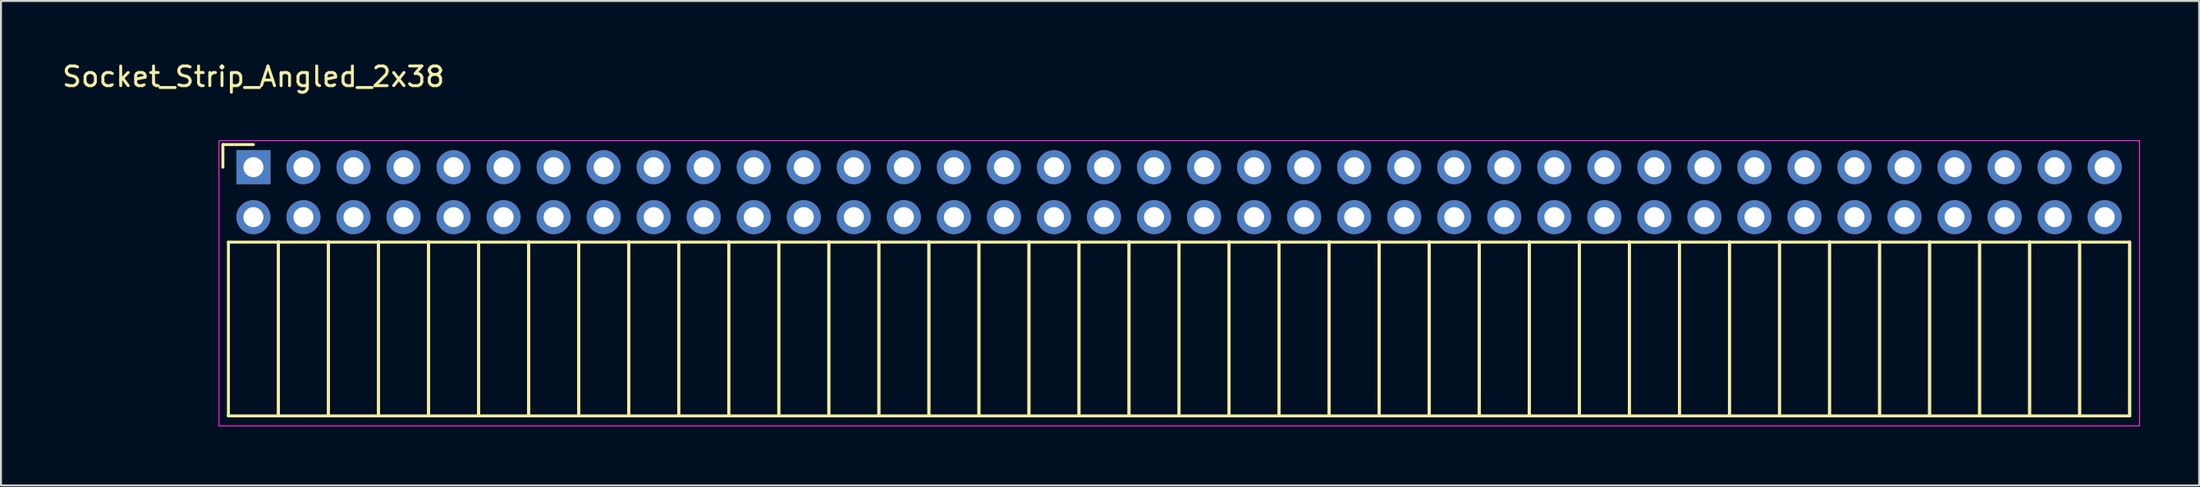
<source format=kicad_pcb>
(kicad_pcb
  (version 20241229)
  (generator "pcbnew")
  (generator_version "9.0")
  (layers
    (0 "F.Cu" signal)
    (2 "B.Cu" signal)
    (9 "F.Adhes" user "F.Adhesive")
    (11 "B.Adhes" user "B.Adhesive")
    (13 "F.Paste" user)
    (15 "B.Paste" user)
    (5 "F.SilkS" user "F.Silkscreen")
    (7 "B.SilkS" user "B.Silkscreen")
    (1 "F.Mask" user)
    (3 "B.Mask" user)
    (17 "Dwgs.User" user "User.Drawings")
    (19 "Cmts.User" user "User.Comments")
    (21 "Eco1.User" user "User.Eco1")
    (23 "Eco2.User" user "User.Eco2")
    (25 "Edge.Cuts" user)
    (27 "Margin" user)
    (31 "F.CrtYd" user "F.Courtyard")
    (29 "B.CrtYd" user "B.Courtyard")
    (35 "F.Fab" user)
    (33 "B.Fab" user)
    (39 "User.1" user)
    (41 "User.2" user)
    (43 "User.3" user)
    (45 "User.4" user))
  (footprint "Socket_Strip_Angled_2x38"
    (layer "F.Cu")
    (at 9.815 5.448)
    (property "Reference" "Socket_Strip_Angled_2x38" (at 0 -4.6 0) (layer "F.SilkS") (effects (font (size 1 1) (thickness 0.15))))
    (attr through_hole)
    (fp_line (start -1.55 -1.15) (end -1.55 0) (stroke (width 0.15) (type solid)) (layer "F.SilkS"))
    (fp_line (start -1.27 3.81) (end -1.27 12.64) (stroke (width 0.15) (type solid)) (layer "F.SilkS"))
    (fp_line (start -1.27 3.81) (end 1.27 3.81) (stroke (width 0.15) (type solid)) (layer "F.SilkS"))
    (fp_line (start -1.27 12.64) (end 1.27 12.64) (stroke (width 0.15) (type solid)) (layer "F.SilkS"))
    (fp_line (start 0 -1.15) (end -1.55 -1.15) (stroke (width 0.15) (type solid)) (layer "F.SilkS"))
    (fp_line (start 1.27 3.81) (end 1.27 12.64) (stroke (width 0.15) (type solid)) (layer "F.SilkS"))
    (fp_line (start 1.27 3.81) (end 3.81 3.81) (stroke (width 0.15) (type solid)) (layer "F.SilkS"))
    (fp_line (start 1.27 12.64) (end 1.27 3.81) (stroke (width 0.15) (type solid)) (layer "F.SilkS"))
    (fp_line (start 1.27 12.64) (end 3.81 12.64) (stroke (width 0.15) (type solid)) (layer "F.SilkS"))
    (fp_line (start 3.81 3.81) (end 3.81 12.64) (stroke (width 0.15) (type solid)) (layer "F.SilkS"))
    (fp_line (start 3.81 3.81) (end 6.35 3.81) (stroke (width 0.15) (type solid)) (layer "F.SilkS"))
    (fp_line (start 3.81 12.64) (end 3.81 3.81) (stroke (width 0.15) (type solid)) (layer "F.SilkS"))
    (fp_line (start 3.81 12.64) (end 6.35 12.64) (stroke (width 0.15) (type solid)) (layer "F.SilkS"))
    (fp_line (start 6.35 3.81) (end 6.35 12.64) (stroke (width 0.15) (type solid)) (layer "F.SilkS"))
    (fp_line (start 6.35 3.81) (end 8.89 3.81) (stroke (width 0.15) (type solid)) (layer "F.SilkS"))
    (fp_line (start 6.35 12.64) (end 6.35 3.81) (stroke (width 0.15) (type solid)) (layer "F.SilkS"))
    (fp_line (start 6.35 12.64) (end 8.89 12.64) (stroke (width 0.15) (type solid)) (layer "F.SilkS"))
    (fp_line (start 8.89 3.81) (end 8.89 12.64) (stroke (width 0.15) (type solid)) (layer "F.SilkS"))
    (fp_line (start 8.89 3.81) (end 11.43 3.81) (stroke (width 0.15) (type solid)) (layer "F.SilkS"))
    (fp_line (start 8.89 12.64) (end 8.89 3.81) (stroke (width 0.15) (type solid)) (layer "F.SilkS"))
    (fp_line (start 8.89 12.64) (end 11.43 12.64) (stroke (width 0.15) (type solid)) (layer "F.SilkS"))
    (fp_line (start 11.43 3.81) (end 11.43 12.64) (stroke (width 0.15) (type solid)) (layer "F.SilkS"))
    (fp_line (start 11.43 3.81) (end 13.97 3.81) (stroke (width 0.15) (type solid)) (layer "F.SilkS"))
    (fp_line (start 11.43 12.64) (end 11.43 3.81) (stroke (width 0.15) (type solid)) (layer "F.SilkS"))
    (fp_line (start 11.43 12.64) (end 13.97 12.64) (stroke (width 0.15) (type solid)) (layer "F.SilkS"))
    (fp_line (start 13.97 3.81) (end 13.97 12.64) (stroke (width 0.15) (type solid)) (layer "F.SilkS"))
    (fp_line (start 13.97 3.81) (end 16.51 3.81) (stroke (width 0.15) (type solid)) (layer "F.SilkS"))
    (fp_line (start 13.97 12.64) (end 13.97 3.81) (stroke (width 0.15) (type solid)) (layer "F.SilkS"))
    (fp_line (start 13.97 12.64) (end 16.51 12.64) (stroke (width 0.15) (type solid)) (layer "F.SilkS"))
    (fp_line (start 16.51 3.81) (end 16.51 12.64) (stroke (width 0.15) (type solid)) (layer "F.SilkS"))
    (fp_line (start 16.51 3.81) (end 19.05 3.81) (stroke (width 0.15) (type solid)) (layer "F.SilkS"))
    (fp_line (start 16.51 12.64) (end 16.51 3.81) (stroke (width 0.15) (type solid)) (layer "F.SilkS"))
    (fp_line (start 16.51 12.64) (end 19.05 12.64) (stroke (width 0.15) (type solid)) (layer "F.SilkS"))
    (fp_line (start 19.05 3.81) (end 19.05 12.64) (stroke (width 0.15) (type solid)) (layer "F.SilkS"))
    (fp_line (start 19.05 3.81) (end 21.59 3.81) (stroke (width 0.15) (type solid)) (layer "F.SilkS"))
    (fp_line (start 19.05 12.64) (end 19.05 3.81) (stroke (width 0.15) (type solid)) (layer "F.SilkS"))
    (fp_line (start 19.05 12.64) (end 21.59 12.64) (stroke (width 0.15) (type solid)) (layer "F.SilkS"))
    (fp_line (start 21.59 3.81) (end 21.59 12.64) (stroke (width 0.15) (type solid)) (layer "F.SilkS"))
    (fp_line (start 21.59 3.81) (end 24.13 3.81) (stroke (width 0.15) (type solid)) (layer "F.SilkS"))
    (fp_line (start 21.59 12.64) (end 21.59 3.81) (stroke (width 0.15) (type solid)) (layer "F.SilkS"))
    (fp_line (start 21.59 12.64) (end 24.13 12.64) (stroke (width 0.15) (type solid)) (layer "F.SilkS"))
    (fp_line (start 24.13 3.81) (end 24.13 12.64) (stroke (width 0.15) (type solid)) (layer "F.SilkS"))
    (fp_line (start 24.13 3.81) (end 26.67 3.81) (stroke (width 0.15) (type solid)) (layer "F.SilkS"))
    (fp_line (start 24.13 12.64) (end 24.13 3.81) (stroke (width 0.15) (type solid)) (layer "F.SilkS"))
    (fp_line (start 24.13 12.64) (end 26.67 12.64) (stroke (width 0.15) (type solid)) (layer "F.SilkS"))
    (fp_line (start 26.67 3.81) (end 26.67 12.64) (stroke (width 0.15) (type solid)) (layer "F.SilkS"))
    (fp_line (start 26.67 3.81) (end 29.21 3.81) (stroke (width 0.15) (type solid)) (layer "F.SilkS"))
    (fp_line (start 26.67 12.64) (end 26.67 3.81) (stroke (width 0.15) (type solid)) (layer "F.SilkS"))
    (fp_line (start 26.67 12.64) (end 29.21 12.64) (stroke (width 0.15) (type solid)) (layer "F.SilkS"))
    (fp_line (start 29.21 3.81) (end 29.21 12.64) (stroke (width 0.15) (type solid)) (layer "F.SilkS"))
    (fp_line (start 29.21 3.81) (end 31.75 3.81) (stroke (width 0.15) (type solid)) (layer "F.SilkS"))
    (fp_line (start 29.21 12.64) (end 29.21 3.81) (stroke (width 0.15) (type solid)) (layer "F.SilkS"))
    (fp_line (start 29.21 12.64) (end 31.75 12.64) (stroke (width 0.15) (type solid)) (layer "F.SilkS"))
    (fp_line (start 31.75 3.81) (end 31.75 12.64) (stroke (width 0.15) (type solid)) (layer "F.SilkS"))
    (fp_line (start 31.75 3.81) (end 34.29 3.81) (stroke (width 0.15) (type solid)) (layer "F.SilkS"))
    (fp_line (start 31.75 12.64) (end 31.75 3.81) (stroke (width 0.15) (type solid)) (layer "F.SilkS"))
    (fp_line (start 31.75 12.64) (end 34.29 12.64) (stroke (width 0.15) (type solid)) (layer "F.SilkS"))
    (fp_line (start 34.29 3.81) (end 34.29 12.64) (stroke (width 0.15) (type solid)) (layer "F.SilkS"))
    (fp_line (start 34.29 3.81) (end 36.83 3.81) (stroke (width 0.15) (type solid)) (layer "F.SilkS"))
    (fp_line (start 34.29 12.64) (end 34.29 3.81) (stroke (width 0.15) (type solid)) (layer "F.SilkS"))
    (fp_line (start 34.29 12.64) (end 36.83 12.64) (stroke (width 0.15) (type solid)) (layer "F.SilkS"))
    (fp_line (start 36.83 3.81) (end 36.83 12.64) (stroke (width 0.15) (type solid)) (layer "F.SilkS"))
    (fp_line (start 36.83 3.81) (end 39.37 3.81) (stroke (width 0.15) (type solid)) (layer "F.SilkS"))
    (fp_line (start 36.83 12.64) (end 36.83 3.81) (stroke (width 0.15) (type solid)) (layer "F.SilkS"))
    (fp_line (start 36.83 12.64) (end 39.37 12.64) (stroke (width 0.15) (type solid)) (layer "F.SilkS"))
    (fp_line (start 39.37 3.81) (end 39.37 12.64) (stroke (width 0.15) (type solid)) (layer "F.SilkS"))
    (fp_line (start 39.37 3.81) (end 41.91 3.81) (stroke (width 0.15) (type solid)) (layer "F.SilkS"))
    (fp_line (start 39.37 12.64) (end 39.37 3.81) (stroke (width 0.15) (type solid)) (layer "F.SilkS"))
    (fp_line (start 39.37 12.64) (end 41.91 12.64) (stroke (width 0.15) (type solid)) (layer "F.SilkS"))
    (fp_line (start 41.91 3.81) (end 41.91 12.64) (stroke (width 0.15) (type solid)) (layer "F.SilkS"))
    (fp_line (start 41.91 3.81) (end 44.45 3.81) (stroke (width 0.15) (type solid)) (layer "F.SilkS"))
    (fp_line (start 41.91 12.64) (end 41.91 3.81) (stroke (width 0.15) (type solid)) (layer "F.SilkS"))
    (fp_line (start 41.91 12.64) (end 44.45 12.64) (stroke (width 0.15) (type solid)) (layer "F.SilkS"))
    (fp_line (start 44.45 3.81) (end 44.45 12.64) (stroke (width 0.15) (type solid)) (layer "F.SilkS"))
    (fp_line (start 44.45 3.81) (end 46.99 3.81) (stroke (width 0.15) (type solid)) (layer "F.SilkS"))
    (fp_line (start 44.45 12.64) (end 44.45 3.81) (stroke (width 0.15) (type solid)) (layer "F.SilkS"))
    (fp_line (start 44.45 12.64) (end 46.99 12.64) (stroke (width 0.15) (type solid)) (layer "F.SilkS"))
    (fp_line (start 46.99 3.81) (end 46.99 12.64) (stroke (width 0.15) (type solid)) (layer "F.SilkS"))
    (fp_line (start 46.99 3.81) (end 49.53 3.81) (stroke (width 0.15) (type solid)) (layer "F.SilkS"))
    (fp_line (start 46.99 12.64) (end 46.99 3.81) (stroke (width 0.15) (type solid)) (layer "F.SilkS"))
    (fp_line (start 46.99 12.64) (end 49.53 12.64) (stroke (width 0.15) (type solid)) (layer "F.SilkS"))
    (fp_line (start 49.53 3.81) (end 49.53 12.64) (stroke (width 0.15) (type solid)) (layer "F.SilkS"))
    (fp_line (start 49.53 3.81) (end 52.07 3.81) (stroke (width 0.15) (type solid)) (layer "F.SilkS"))
    (fp_line (start 49.53 12.64) (end 49.53 3.81) (stroke (width 0.15) (type solid)) (layer "F.SilkS"))
    (fp_line (start 49.53 12.64) (end 52.07 12.64) (stroke (width 0.15) (type solid)) (layer "F.SilkS"))
    (fp_line (start 52.07 3.81) (end 52.07 12.64) (stroke (width 0.15) (type solid)) (layer "F.SilkS"))
    (fp_line (start 52.07 3.81) (end 54.61 3.81) (stroke (width 0.15) (type solid)) (layer "F.SilkS"))
    (fp_line (start 52.07 12.64) (end 52.07 3.81) (stroke (width 0.15) (type solid)) (layer "F.SilkS"))
    (fp_line (start 52.07 12.64) (end 54.61 12.64) (stroke (width 0.15) (type solid)) (layer "F.SilkS"))
    (fp_line (start 54.61 3.81) (end 54.61 12.64) (stroke (width 0.15) (type solid)) (layer "F.SilkS"))
    (fp_line (start 54.61 3.81) (end 57.15 3.81) (stroke (width 0.15) (type solid)) (layer "F.SilkS"))
    (fp_line (start 54.61 12.64) (end 54.61 3.81) (stroke (width 0.15) (type solid)) (layer "F.SilkS"))
    (fp_line (start 54.61 12.64) (end 57.15 12.64) (stroke (width 0.15) (type solid)) (layer "F.SilkS"))
    (fp_line (start 57.15 3.81) (end 57.15 12.64) (stroke (width 0.15) (type solid)) (layer "F.SilkS"))
    (fp_line (start 57.15 3.81) (end 59.69 3.81) (stroke (width 0.15) (type solid)) (layer "F.SilkS"))
    (fp_line (start 57.15 12.64) (end 57.15 3.81) (stroke (width 0.15) (type solid)) (layer "F.SilkS"))
    (fp_line (start 57.15 12.64) (end 59.69 12.64) (stroke (width 0.15) (type solid)) (layer "F.SilkS"))
    (fp_line (start 59.69 3.81) (end 59.69 12.64) (stroke (width 0.15) (type solid)) (layer "F.SilkS"))
    (fp_line (start 59.69 3.81) (end 62.23 3.81) (stroke (width 0.15) (type solid)) (layer "F.SilkS"))
    (fp_line (start 59.69 12.64) (end 59.69 3.81) (stroke (width 0.15) (type solid)) (layer "F.SilkS"))
    (fp_line (start 59.69 12.64) (end 62.23 12.64) (stroke (width 0.15) (type solid)) (layer "F.SilkS"))
    (fp_line (start 62.23 3.81) (end 62.23 12.64) (stroke (width 0.15) (type solid)) (layer "F.SilkS"))
    (fp_line (start 62.23 3.81) (end 64.77 3.81) (stroke (width 0.15) (type solid)) (layer "F.SilkS"))
    (fp_line (start 62.23 12.64) (end 62.23 3.81) (stroke (width 0.15) (type solid)) (layer "F.SilkS"))
    (fp_line (start 62.23 12.64) (end 64.77 12.64) (stroke (width 0.15) (type solid)) (layer "F.SilkS"))
    (fp_line (start 64.77 3.81) (end 64.77 12.64) (stroke (width 0.15) (type solid)) (layer "F.SilkS"))
    (fp_line (start 64.77 3.81) (end 67.31 3.81) (stroke (width 0.15) (type solid)) (layer "F.SilkS"))
    (fp_line (start 64.77 12.64) (end 64.77 3.81) (stroke (width 0.15) (type solid)) (layer "F.SilkS"))
    (fp_line (start 64.77 12.64) (end 67.31 12.64) (stroke (width 0.15) (type solid)) (layer "F.SilkS"))
    (fp_line (start 67.31 3.81) (end 67.31 12.64) (stroke (width 0.15) (type solid)) (layer "F.SilkS"))
    (fp_line (start 67.31 3.81) (end 69.85 3.81) (stroke (width 0.15) (type solid)) (layer "F.SilkS"))
    (fp_line (start 67.31 12.64) (end 67.31 3.81) (stroke (width 0.15) (type solid)) (layer "F.SilkS"))
    (fp_line (start 67.31 12.64) (end 69.85 12.64) (stroke (width 0.15) (type solid)) (layer "F.SilkS"))
    (fp_line (start 69.85 3.81) (end 69.85 12.64) (stroke (width 0.15) (type solid)) (layer "F.SilkS"))
    (fp_line (start 69.85 3.81) (end 72.39 3.81) (stroke (width 0.15) (type solid)) (layer "F.SilkS"))
    (fp_line (start 69.85 12.64) (end 69.85 3.81) (stroke (width 0.15) (type solid)) (layer "F.SilkS"))
    (fp_line (start 69.85 12.64) (end 72.39 12.64) (stroke (width 0.15) (type solid)) (layer "F.SilkS"))
    (fp_line (start 72.39 3.81) (end 72.39 12.64) (stroke (width 0.15) (type solid)) (layer "F.SilkS"))
    (fp_line (start 72.39 3.81) (end 74.93 3.81) (stroke (width 0.15) (type solid)) (layer "F.SilkS"))
    (fp_line (start 72.39 12.64) (end 72.39 3.81) (stroke (width 0.15) (type solid)) (layer "F.SilkS"))
    (fp_line (start 72.39 12.64) (end 74.93 12.64) (stroke (width 0.15) (type solid)) (layer "F.SilkS"))
    (fp_line (start 74.93 3.81) (end 74.93 12.64) (stroke (width 0.15) (type solid)) (layer "F.SilkS"))
    (fp_line (start 74.93 3.81) (end 77.47 3.81) (stroke (width 0.15) (type solid)) (layer "F.SilkS"))
    (fp_line (start 74.93 12.64) (end 74.93 3.81) (stroke (width 0.15) (type solid)) (layer "F.SilkS"))
    (fp_line (start 74.93 12.64) (end 77.47 12.64) (stroke (width 0.15) (type solid)) (layer "F.SilkS"))
    (fp_line (start 77.47 3.81) (end 77.47 12.64) (stroke (width 0.15) (type solid)) (layer "F.SilkS"))
    (fp_line (start 77.47 3.81) (end 80.01 3.81) (stroke (width 0.15) (type solid)) (layer "F.SilkS"))
    (fp_line (start 77.47 12.64) (end 77.47 3.81) (stroke (width 0.15) (type solid)) (layer "F.SilkS"))
    (fp_line (start 77.47 12.64) (end 80.01 12.64) (stroke (width 0.15) (type solid)) (layer "F.SilkS"))
    (fp_line (start 80.01 3.81) (end 80.01 12.64) (stroke (width 0.15) (type solid)) (layer "F.SilkS"))
    (fp_line (start 80.01 3.81) (end 82.55 3.81) (stroke (width 0.15) (type solid)) (layer "F.SilkS"))
    (fp_line (start 80.01 12.64) (end 80.01 3.81) (stroke (width 0.15) (type solid)) (layer "F.SilkS"))
    (fp_line (start 80.01 12.64) (end 82.55 12.64) (stroke (width 0.15) (type solid)) (layer "F.SilkS"))
    (fp_line (start 82.55 3.81) (end 82.55 12.64) (stroke (width 0.15) (type solid)) (layer "F.SilkS"))
    (fp_line (start 82.55 3.81) (end 85.09 3.81) (stroke (width 0.15) (type solid)) (layer "F.SilkS"))
    (fp_line (start 82.55 12.64) (end 82.55 3.81) (stroke (width 0.15) (type solid)) (layer "F.SilkS"))
    (fp_line (start 82.55 12.64) (end 85.09 12.64) (stroke (width 0.15) (type solid)) (layer "F.SilkS"))
    (fp_line (start 85.09 3.81) (end 85.09 12.64) (stroke (width 0.15) (type solid)) (layer "F.SilkS"))
    (fp_line (start 85.09 3.81) (end 87.63 3.81) (stroke (width 0.15) (type solid)) (layer "F.SilkS"))
    (fp_line (start 85.09 12.64) (end 85.09 3.81) (stroke (width 0.15) (type solid)) (layer "F.SilkS"))
    (fp_line (start 85.09 12.64) (end 87.63 12.64) (stroke (width 0.15) (type solid)) (layer "F.SilkS"))
    (fp_line (start 87.63 3.81) (end 87.63 12.64) (stroke (width 0.15) (type solid)) (layer "F.SilkS"))
    (fp_line (start 87.63 3.81) (end 90.17 3.81) (stroke (width 0.15) (type solid)) (layer "F.SilkS"))
    (fp_line (start 87.63 12.64) (end 87.63 3.81) (stroke (width 0.15) (type solid)) (layer "F.SilkS"))
    (fp_line (start 87.63 12.64) (end 90.17 12.64) (stroke (width 0.15) (type solid)) (layer "F.SilkS"))
    (fp_line (start 90.17 3.81) (end 90.17 12.64) (stroke (width 0.15) (type solid)) (layer "F.SilkS"))
    (fp_line (start 90.17 3.81) (end 92.71 3.81) (stroke (width 0.15) (type solid)) (layer "F.SilkS"))
    (fp_line (start 90.17 12.64) (end 90.17 3.81) (stroke (width 0.15) (type solid)) (layer "F.SilkS"))
    (fp_line (start 90.17 12.64) (end 92.71 12.64) (stroke (width 0.15) (type solid)) (layer "F.SilkS"))
    (fp_line (start 92.71 3.81) (end 92.71 12.64) (stroke (width 0.15) (type solid)) (layer "F.SilkS"))
    (fp_line (start 92.71 3.81) (end 95.25 3.81) (stroke (width 0.15) (type solid)) (layer "F.SilkS"))
    (fp_line (start 92.71 12.64) (end 92.71 3.81) (stroke (width 0.15) (type solid)) (layer "F.SilkS"))
    (fp_line (start 92.71 12.64) (end 95.25 12.64) (stroke (width 0.15) (type solid)) (layer "F.SilkS"))
    (fp_line (start 95.25 3.81) (end 95.25 12.64) (stroke (width 0.15) (type solid)) (layer "F.SilkS"))
    (fp_line (start 95.25 12.64) (end 95.25 3.81) (stroke (width 0.15) (type solid)) (layer "F.SilkS"))
    (fp_line (start -1.75 -1.35) (end -1.75 13.15) (stroke (width 0.05) (type solid)) (layer "F.CrtYd"))
    (fp_line (start -1.75 -1.35) (end 95.75 -1.35) (stroke (width 0.05) (type solid)) (layer "F.CrtYd"))
    (fp_line (start -1.75 13.15) (end 95.75 13.15) (stroke (width 0.05) (type solid)) (layer "F.CrtYd"))
    (fp_line (start 95.75 -1.35) (end 95.75 13.15) (stroke (width 0.05) (type solid)) (layer "F.CrtYd"))
    (pad "1" thru_hole rect (at 0 0) (size 1.727 1.727) (drill 1.016) (layers "*.Cu" "*.Mask"))
    (pad "2" thru_hole oval (at 0 2.54) (size 1.727 1.727) (drill 1.016) (layers "*.Cu" "*.Mask"))
    (pad "3" thru_hole oval (at 2.54 0) (size 1.727 1.727) (drill 1.016) (layers "*.Cu" "*.Mask"))
    (pad "4" thru_hole oval (at 2.54 2.54) (size 1.727 1.727) (drill 1.016) (layers "*.Cu" "*.Mask"))
    (pad "5" thru_hole oval (at 5.08 0) (size 1.727 1.727) (drill 1.016) (layers "*.Cu" "*.Mask"))
    (pad "6" thru_hole oval (at 5.08 2.54) (size 1.727 1.727) (drill 1.016) (layers "*.Cu" "*.Mask"))
    (pad "7" thru_hole oval (at 7.62 0) (size 1.727 1.727) (drill 1.016) (layers "*.Cu" "*.Mask"))
    (pad "8" thru_hole oval (at 7.62 2.54) (size 1.727 1.727) (drill 1.016) (layers "*.Cu" "*.Mask"))
    (pad "9" thru_hole oval (at 10.16 0) (size 1.727 1.727) (drill 1.016) (layers "*.Cu" "*.Mask"))
    (pad "10" thru_hole oval (at 10.16 2.54) (size 1.727 1.727) (drill 1.016) (layers "*.Cu" "*.Mask"))
    (pad "11" thru_hole oval (at 12.7 0) (size 1.727 1.727) (drill 1.016) (layers "*.Cu" "*.Mask"))
    (pad "12" thru_hole oval (at 12.7 2.54) (size 1.727 1.727) (drill 1.016) (layers "*.Cu" "*.Mask"))
    (pad "13" thru_hole oval (at 15.24 0) (size 1.727 1.727) (drill 1.016) (layers "*.Cu" "*.Mask"))
    (pad "14" thru_hole oval (at 15.24 2.54) (size 1.727 1.727) (drill 1.016) (layers "*.Cu" "*.Mask"))
    (pad "15" thru_hole oval (at 17.78 0) (size 1.727 1.727) (drill 1.016) (layers "*.Cu" "*.Mask"))
    (pad "16" thru_hole oval (at 17.78 2.54) (size 1.727 1.727) (drill 1.016) (layers "*.Cu" "*.Mask"))
    (pad "17" thru_hole oval (at 20.32 0) (size 1.727 1.727) (drill 1.016) (layers "*.Cu" "*.Mask"))
    (pad "18" thru_hole oval (at 20.32 2.54) (size 1.727 1.727) (drill 1.016) (layers "*.Cu" "*.Mask"))
    (pad "19" thru_hole oval (at 22.86 0) (size 1.727 1.727) (drill 1.016) (layers "*.Cu" "*.Mask"))
    (pad "20" thru_hole oval (at 22.86 2.54) (size 1.727 1.727) (drill 1.016) (layers "*.Cu" "*.Mask"))
    (pad "21" thru_hole oval (at 25.4 0) (size 1.727 1.727) (drill 1.016) (layers "*.Cu" "*.Mask"))
    (pad "22" thru_hole oval (at 25.4 2.54) (size 1.727 1.727) (drill 1.016) (layers "*.Cu" "*.Mask"))
    (pad "23" thru_hole oval (at 27.94 0) (size 1.727 1.727) (drill 1.016) (layers "*.Cu" "*.Mask"))
    (pad "24" thru_hole oval (at 27.94 2.54) (size 1.727 1.727) (drill 1.016) (layers "*.Cu" "*.Mask"))
    (pad "25" thru_hole oval (at 30.48 0) (size 1.727 1.727) (drill 1.016) (layers "*.Cu" "*.Mask"))
    (pad "26" thru_hole oval (at 30.48 2.54) (size 1.727 1.727) (drill 1.016) (layers "*.Cu" "*.Mask"))
    (pad "27" thru_hole oval (at 33.02 0) (size 1.727 1.727) (drill 1.016) (layers "*.Cu" "*.Mask"))
    (pad "28" thru_hole oval (at 33.02 2.54) (size 1.727 1.727) (drill 1.016) (layers "*.Cu" "*.Mask"))
    (pad "29" thru_hole oval (at 35.56 0) (size 1.727 1.727) (drill 1.016) (layers "*.Cu" "*.Mask"))
    (pad "30" thru_hole oval (at 35.56 2.54) (size 1.727 1.727) (drill 1.016) (layers "*.Cu" "*.Mask"))
    (pad "31" thru_hole oval (at 38.1 0) (size 1.727 1.727) (drill 1.016) (layers "*.Cu" "*.Mask"))
    (pad "32" thru_hole oval (at 38.1 2.54) (size 1.727 1.727) (drill 1.016) (layers "*.Cu" "*.Mask"))
    (pad "33" thru_hole oval (at 40.64 0) (size 1.727 1.727) (drill 1.016) (layers "*.Cu" "*.Mask"))
    (pad "34" thru_hole oval (at 40.64 2.54) (size 1.727 1.727) (drill 1.016) (layers "*.Cu" "*.Mask"))
    (pad "35" thru_hole oval (at 43.18 0) (size 1.727 1.727) (drill 1.016) (layers "*.Cu" "*.Mask"))
    (pad "36" thru_hole oval (at 43.18 2.54) (size 1.727 1.727) (drill 1.016) (layers "*.Cu" "*.Mask"))
    (pad "37" thru_hole oval (at 45.72 0) (size 1.727 1.727) (drill 1.016) (layers "*.Cu" "*.Mask"))
    (pad "38" thru_hole oval (at 45.72 2.54) (size 1.727 1.727) (drill 1.016) (layers "*.Cu" "*.Mask"))
    (pad "39" thru_hole oval (at 48.26 0) (size 1.727 1.727) (drill 1.016) (layers "*.Cu" "*.Mask"))
    (pad "40" thru_hole oval (at 48.26 2.54) (size 1.727 1.727) (drill 1.016) (layers "*.Cu" "*.Mask"))
    (pad "41" thru_hole oval (at 50.8 0) (size 1.727 1.727) (drill 1.016) (layers "*.Cu" "*.Mask"))
    (pad "42" thru_hole oval (at 50.8 2.54) (size 1.727 1.727) (drill 1.016) (layers "*.Cu" "*.Mask"))
    (pad "43" thru_hole oval (at 53.34 0) (size 1.727 1.727) (drill 1.016) (layers "*.Cu" "*.Mask"))
    (pad "44" thru_hole oval (at 53.34 2.54) (size 1.727 1.727) (drill 1.016) (layers "*.Cu" "*.Mask"))
    (pad "45" thru_hole oval (at 55.88 0) (size 1.727 1.727) (drill 1.016) (layers "*.Cu" "*.Mask"))
    (pad "46" thru_hole oval (at 55.88 2.54) (size 1.727 1.727) (drill 1.016) (layers "*.Cu" "*.Mask"))
    (pad "47" thru_hole oval (at 58.42 0) (size 1.727 1.727) (drill 1.016) (layers "*.Cu" "*.Mask"))
    (pad "48" thru_hole oval (at 58.42 2.54) (size 1.727 1.727) (drill 1.016) (layers "*.Cu" "*.Mask"))
    (pad "49" thru_hole oval (at 60.96 0) (size 1.727 1.727) (drill 1.016) (layers "*.Cu" "*.Mask"))
    (pad "50" thru_hole oval (at 60.96 2.54) (size 1.727 1.727) (drill 1.016) (layers "*.Cu" "*.Mask"))
    (pad "51" thru_hole oval (at 63.5 0) (size 1.727 1.727) (drill 1.016) (layers "*.Cu" "*.Mask"))
    (pad "52" thru_hole oval (at 63.5 2.54) (size 1.727 1.727) (drill 1.016) (layers "*.Cu" "*.Mask"))
    (pad "53" thru_hole oval (at 66.04 0) (size 1.727 1.727) (drill 1.016) (layers "*.Cu" "*.Mask"))
    (pad "54" thru_hole oval (at 66.04 2.54) (size 1.727 1.727) (drill 1.016) (layers "*.Cu" "*.Mask"))
    (pad "55" thru_hole oval (at 68.58 0) (size 1.727 1.727) (drill 1.016) (layers "*.Cu" "*.Mask"))
    (pad "56" thru_hole oval (at 68.58 2.54) (size 1.727 1.727) (drill 1.016) (layers "*.Cu" "*.Mask"))
    (pad "57" thru_hole oval (at 71.12 0) (size 1.727 1.727) (drill 1.016) (layers "*.Cu" "*.Mask"))
    (pad "58" thru_hole oval (at 71.12 2.54) (size 1.727 1.727) (drill 1.016) (layers "*.Cu" "*.Mask"))
    (pad "59" thru_hole oval (at 73.66 0) (size 1.727 1.727) (drill 1.016) (layers "*.Cu" "*.Mask"))
    (pad "60" thru_hole oval (at 73.66 2.54) (size 1.727 1.727) (drill 1.016) (layers "*.Cu" "*.Mask"))
    (pad "61" thru_hole oval (at 76.2 0) (size 1.727 1.727) (drill 1.016) (layers "*.Cu" "*.Mask"))
    (pad "62" thru_hole oval (at 76.2 2.54) (size 1.727 1.727) (drill 1.016) (layers "*.Cu" "*.Mask"))
    (pad "63" thru_hole oval (at 78.74 0) (size 1.727 1.727) (drill 1.016) (layers "*.Cu" "*.Mask"))
    (pad "64" thru_hole oval (at 78.74 2.54) (size 1.727 1.727) (drill 1.016) (layers "*.Cu" "*.Mask"))
    (pad "65" thru_hole oval (at 81.28 0) (size 1.727 1.727) (drill 1.016) (layers "*.Cu" "*.Mask"))
    (pad "66" thru_hole oval (at 81.28 2.54) (size 1.727 1.727) (drill 1.016) (layers "*.Cu" "*.Mask"))
    (pad "67" thru_hole oval (at 83.82 0) (size 1.727 1.727) (drill 1.016) (layers "*.Cu" "*.Mask"))
    (pad "68" thru_hole oval (at 83.82 2.54) (size 1.727 1.727) (drill 1.016) (layers "*.Cu" "*.Mask"))
    (pad "69" thru_hole oval (at 86.36 0) (size 1.727 1.727) (drill 1.016) (layers "*.Cu" "*.Mask"))
    (pad "70" thru_hole oval (at 86.36 2.54) (size 1.727 1.727) (drill 1.016) (layers "*.Cu" "*.Mask"))
    (pad "71" thru_hole oval (at 88.9 0) (size 1.727 1.727) (drill 1.016) (layers "*.Cu" "*.Mask"))
    (pad "72" thru_hole oval (at 88.9 2.54) (size 1.727 1.727) (drill 1.016) (layers "*.Cu" "*.Mask"))
    (pad "73" thru_hole oval (at 91.44 0) (size 1.727 1.727) (drill 1.016) (layers "*.Cu" "*.Mask"))
    (pad "74" thru_hole oval (at 91.44 2.54) (size 1.727 1.727) (drill 1.016) (layers "*.Cu" "*.Mask"))
    (pad "75" thru_hole oval (at 93.98 0) (size 1.727 1.727) (drill 1.016) (layers "*.Cu" "*.Mask"))
    (pad "76" thru_hole oval (at 93.98 2.54) (size 1.727 1.727) (drill 1.016) (layers "*.Cu" "*.Mask")))
  (gr_rect
    (start -3 -3)
    (end 108.59 21.623)
    (stroke (width 0.1) (type default))
    (fill no)
    (layer "Edge.Cuts")))
</source>
